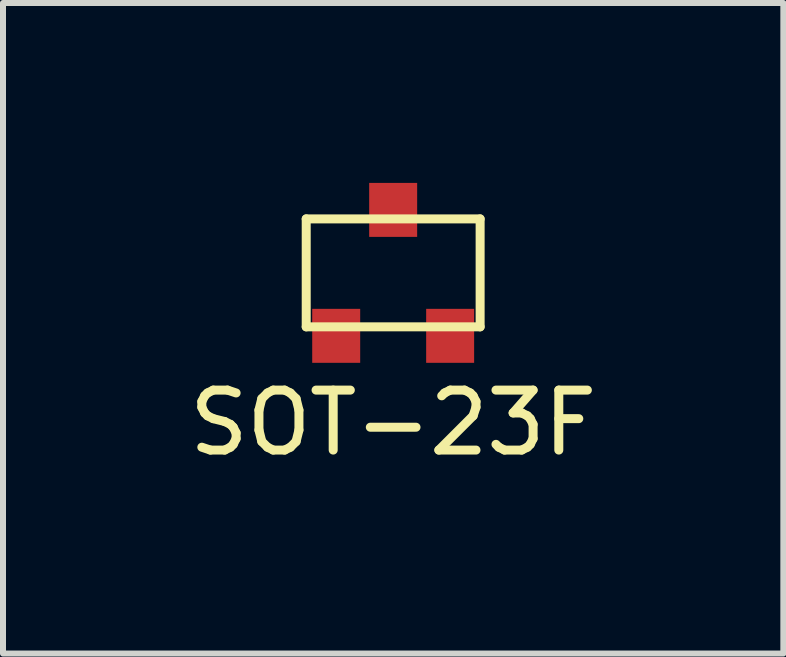
<source format=kicad_pcb>
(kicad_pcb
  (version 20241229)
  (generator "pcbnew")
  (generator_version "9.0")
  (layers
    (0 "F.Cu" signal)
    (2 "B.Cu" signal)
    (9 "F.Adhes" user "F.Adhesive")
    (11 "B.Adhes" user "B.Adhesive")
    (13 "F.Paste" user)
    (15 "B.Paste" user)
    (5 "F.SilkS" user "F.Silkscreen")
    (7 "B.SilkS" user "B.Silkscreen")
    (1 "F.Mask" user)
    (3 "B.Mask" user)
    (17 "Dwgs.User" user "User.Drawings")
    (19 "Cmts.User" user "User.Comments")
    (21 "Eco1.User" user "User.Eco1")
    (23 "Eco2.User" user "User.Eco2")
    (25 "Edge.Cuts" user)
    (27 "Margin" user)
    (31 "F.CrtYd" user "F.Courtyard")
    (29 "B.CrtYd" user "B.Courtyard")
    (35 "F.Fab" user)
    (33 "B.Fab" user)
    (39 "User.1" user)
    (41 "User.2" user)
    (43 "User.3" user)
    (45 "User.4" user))
  (footprint "SOT-23F"
    (layer "F.Cu")
    (at 3.506 1.5)
    (property "Reference" "SOT-23F" (at 0 2.5 0) (layer "F.SilkS") (effects (font (size 1 1) (thickness 0.15))))
    (attr through_hole)
    (fp_line (start -1.45 -0.9) (end 1.45 -0.9) (stroke (width 0.15) (type solid)) (layer "F.SilkS"))
    (fp_line (start -1.45 0.9) (end -1.45 -0.9) (stroke (width 0.15) (type solid)) (layer "F.SilkS"))
    (fp_line (start 1.45 -0.9) (end 1.45 0.9) (stroke (width 0.15) (type solid)) (layer "F.SilkS"))
    (fp_line (start 1.45 0.9) (end -1.45 0.9) (stroke (width 0.15) (type solid)) (layer "F.SilkS"))
    (pad "1" smd rect (at -0.95 1.05) (size 0.8 0.9) (layers "F.Cu" "F.Mask" "F.Paste"))
    (pad "2" smd rect (at 0.95 1.05) (size 0.8 0.9) (layers "F.Cu" "F.Mask" "F.Paste"))
    (pad "3" smd rect (at 0 -1.05) (size 0.8 0.9) (layers "F.Cu" "F.Mask" "F.Paste")))
  (gr_rect
    (start -3 -3)
    (end 10.012 7.848)
    (stroke (width 0.1) (type default))
    (fill no)
    (layer "Edge.Cuts")))
</source>
